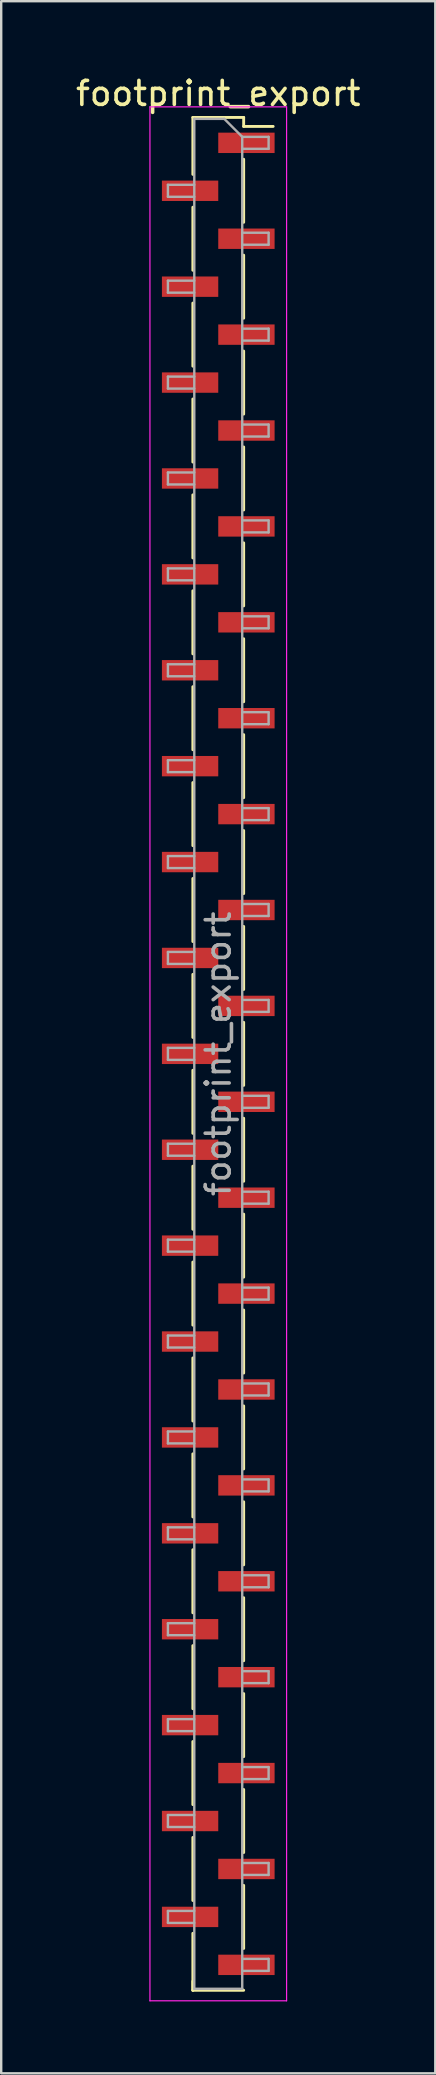
<source format=kicad_pcb>
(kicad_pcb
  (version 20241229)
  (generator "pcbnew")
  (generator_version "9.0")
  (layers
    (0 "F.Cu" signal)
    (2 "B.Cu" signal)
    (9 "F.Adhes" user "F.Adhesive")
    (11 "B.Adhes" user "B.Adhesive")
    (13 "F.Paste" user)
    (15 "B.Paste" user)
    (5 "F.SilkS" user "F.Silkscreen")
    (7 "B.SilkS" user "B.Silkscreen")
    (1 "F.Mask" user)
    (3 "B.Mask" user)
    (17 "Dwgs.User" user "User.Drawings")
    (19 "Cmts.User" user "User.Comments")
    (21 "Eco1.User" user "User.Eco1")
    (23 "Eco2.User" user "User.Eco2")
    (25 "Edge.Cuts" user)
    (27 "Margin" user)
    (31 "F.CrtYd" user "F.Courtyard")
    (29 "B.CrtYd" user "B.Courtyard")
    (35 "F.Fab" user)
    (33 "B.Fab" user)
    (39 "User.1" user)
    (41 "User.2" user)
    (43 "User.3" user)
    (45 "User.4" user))
  (footprint "footprint_export"
    (layer "F.Cu")
    (at 6.054 40.908)
    (property "Reference" "footprint_export" (at 0 -40.06 0) (layer "F.SilkS") (effects (font (size 1 1) (thickness 0.15))))
    (attr smd)
    (fp_line (start -1.06 -39.06) (end -1.06 -36.685) (stroke (width 0.12) (type solid)) (layer "F.SilkS"))
    (fp_line (start -1.06 -39.06) (end 1.06 -39.06) (stroke (width 0.12) (type solid)) (layer "F.SilkS"))
    (fp_line (start -1.06 -35.315) (end -1.06 -32.685) (stroke (width 0.12) (type solid)) (layer "F.SilkS"))
    (fp_line (start -1.06 -31.315) (end -1.06 -28.685) (stroke (width 0.12) (type solid)) (layer "F.SilkS"))
    (fp_line (start -1.06 -27.315) (end -1.06 -24.685) (stroke (width 0.12) (type solid)) (layer "F.SilkS"))
    (fp_line (start -1.06 -23.315) (end -1.06 -20.685) (stroke (width 0.12) (type solid)) (layer "F.SilkS"))
    (fp_line (start -1.06 -19.315) (end -1.06 -16.685) (stroke (width 0.12) (type solid)) (layer "F.SilkS"))
    (fp_line (start -1.06 -15.315) (end -1.06 -12.685) (stroke (width 0.12) (type solid)) (layer "F.SilkS"))
    (fp_line (start -1.06 -11.315) (end -1.06 -8.685) (stroke (width 0.12) (type solid)) (layer "F.SilkS"))
    (fp_line (start -1.06 -7.315) (end -1.06 -4.685) (stroke (width 0.12) (type solid)) (layer "F.SilkS"))
    (fp_line (start -1.06 -3.315) (end -1.06 -0.685) (stroke (width 0.12) (type solid)) (layer "F.SilkS"))
    (fp_line (start -1.06 0.685) (end -1.06 3.315) (stroke (width 0.12) (type solid)) (layer "F.SilkS"))
    (fp_line (start -1.06 4.685) (end -1.06 7.315) (stroke (width 0.12) (type solid)) (layer "F.SilkS"))
    (fp_line (start -1.06 8.685) (end -1.06 11.315) (stroke (width 0.12) (type solid)) (layer "F.SilkS"))
    (fp_line (start -1.06 12.685) (end -1.06 15.315) (stroke (width 0.12) (type solid)) (layer "F.SilkS"))
    (fp_line (start -1.06 16.685) (end -1.06 19.315) (stroke (width 0.12) (type solid)) (layer "F.SilkS"))
    (fp_line (start -1.06 20.685) (end -1.06 23.315) (stroke (width 0.12) (type solid)) (layer "F.SilkS"))
    (fp_line (start -1.06 24.685) (end -1.06 27.315) (stroke (width 0.12) (type solid)) (layer "F.SilkS"))
    (fp_line (start -1.06 28.685) (end -1.06 31.315) (stroke (width 0.12) (type solid)) (layer "F.SilkS"))
    (fp_line (start -1.06 32.685) (end -1.06 35.315) (stroke (width 0.12) (type solid)) (layer "F.SilkS"))
    (fp_line (start -1.06 36.685) (end -1.06 39.06) (stroke (width 0.12) (type solid)) (layer "F.SilkS"))
    (fp_line (start -1.06 38.685) (end -1.06 39.06) (stroke (width 0.12) (type solid)) (layer "F.SilkS"))
    (fp_line (start -1.06 39.06) (end 1.06 39.06) (stroke (width 0.12) (type solid)) (layer "F.SilkS"))
    (fp_line (start 1.06 -39.06) (end 1.06 -38.685) (stroke (width 0.12) (type solid)) (layer "F.SilkS"))
    (fp_line (start 1.06 -38.685) (end 2.29 -38.685) (stroke (width 0.12) (type solid)) (layer "F.SilkS"))
    (fp_line (start 1.06 -37.315) (end 1.06 -34.685) (stroke (width 0.12) (type solid)) (layer "F.SilkS"))
    (fp_line (start 1.06 -33.315) (end 1.06 -30.685) (stroke (width 0.12) (type solid)) (layer "F.SilkS"))
    (fp_line (start 1.06 -29.315) (end 1.06 -26.685) (stroke (width 0.12) (type solid)) (layer "F.SilkS"))
    (fp_line (start 1.06 -25.315) (end 1.06 -22.685) (stroke (width 0.12) (type solid)) (layer "F.SilkS"))
    (fp_line (start 1.06 -21.315) (end 1.06 -18.685) (stroke (width 0.12) (type solid)) (layer "F.SilkS"))
    (fp_line (start 1.06 -17.315) (end 1.06 -14.685) (stroke (width 0.12) (type solid)) (layer "F.SilkS"))
    (fp_line (start 1.06 -13.315) (end 1.06 -10.685) (stroke (width 0.12) (type solid)) (layer "F.SilkS"))
    (fp_line (start 1.06 -9.315) (end 1.06 -6.685) (stroke (width 0.12) (type solid)) (layer "F.SilkS"))
    (fp_line (start 1.06 -5.315) (end 1.06 -2.685) (stroke (width 0.12) (type solid)) (layer "F.SilkS"))
    (fp_line (start 1.06 -1.315) (end 1.06 1.315) (stroke (width 0.12) (type solid)) (layer "F.SilkS"))
    (fp_line (start 1.06 2.685) (end 1.06 5.315) (stroke (width 0.12) (type solid)) (layer "F.SilkS"))
    (fp_line (start 1.06 6.685) (end 1.06 9.315) (stroke (width 0.12) (type solid)) (layer "F.SilkS"))
    (fp_line (start 1.06 10.685) (end 1.06 13.315) (stroke (width 0.12) (type solid)) (layer "F.SilkS"))
    (fp_line (start 1.06 14.685) (end 1.06 17.315) (stroke (width 0.12) (type solid)) (layer "F.SilkS"))
    (fp_line (start 1.06 18.685) (end 1.06 21.315) (stroke (width 0.12) (type solid)) (layer "F.SilkS"))
    (fp_line (start 1.06 22.685) (end 1.06 25.315) (stroke (width 0.12) (type solid)) (layer "F.SilkS"))
    (fp_line (start 1.06 26.685) (end 1.06 29.315) (stroke (width 0.12) (type solid)) (layer "F.SilkS"))
    (fp_line (start 1.06 30.685) (end 1.06 33.315) (stroke (width 0.12) (type solid)) (layer "F.SilkS"))
    (fp_line (start 1.06 34.685) (end 1.06 37.315) (stroke (width 0.12) (type solid)) (layer "F.SilkS"))
    (fp_line (start -2.85 -39.5) (end -2.85 39.5) (stroke (width 0.05) (type solid)) (layer "F.CrtYd"))
    (fp_line (start -2.85 39.5) (end 2.85 39.5) (stroke (width 0.05) (type solid)) (layer "F.CrtYd"))
    (fp_line (start 2.85 -39.5) (end -2.85 -39.5) (stroke (width 0.05) (type solid)) (layer "F.CrtYd"))
    (fp_line (start 2.85 39.5) (end 2.85 -39.5) (stroke (width 0.05) (type solid)) (layer "F.CrtYd"))
    (fp_line (start -2.1 -36.25) (end -2.1 -35.75) (stroke (width 0.1) (type solid)) (layer "F.Fab"))
    (fp_line (start -2.1 -35.75) (end -1 -35.75) (stroke (width 0.1) (type solid)) (layer "F.Fab"))
    (fp_line (start -2.1 -32.25) (end -2.1 -31.75) (stroke (width 0.1) (type solid)) (layer "F.Fab"))
    (fp_line (start -2.1 -31.75) (end -1 -31.75) (stroke (width 0.1) (type solid)) (layer "F.Fab"))
    (fp_line (start -2.1 -28.25) (end -2.1 -27.75) (stroke (width 0.1) (type solid)) (layer "F.Fab"))
    (fp_line (start -2.1 -27.75) (end -1 -27.75) (stroke (width 0.1) (type solid)) (layer "F.Fab"))
    (fp_line (start -2.1 -24.25) (end -2.1 -23.75) (stroke (width 0.1) (type solid)) (layer "F.Fab"))
    (fp_line (start -2.1 -23.75) (end -1 -23.75) (stroke (width 0.1) (type solid)) (layer "F.Fab"))
    (fp_line (start -2.1 -20.25) (end -2.1 -19.75) (stroke (width 0.1) (type solid)) (layer "F.Fab"))
    (fp_line (start -2.1 -19.75) (end -1 -19.75) (stroke (width 0.1) (type solid)) (layer "F.Fab"))
    (fp_line (start -2.1 -16.25) (end -2.1 -15.75) (stroke (width 0.1) (type solid)) (layer "F.Fab"))
    (fp_line (start -2.1 -15.75) (end -1 -15.75) (stroke (width 0.1) (type solid)) (layer "F.Fab"))
    (fp_line (start -2.1 -12.25) (end -2.1 -11.75) (stroke (width 0.1) (type solid)) (layer "F.Fab"))
    (fp_line (start -2.1 -11.75) (end -1 -11.75) (stroke (width 0.1) (type solid)) (layer "F.Fab"))
    (fp_line (start -2.1 -8.25) (end -2.1 -7.75) (stroke (width 0.1) (type solid)) (layer "F.Fab"))
    (fp_line (start -2.1 -7.75) (end -1 -7.75) (stroke (width 0.1) (type solid)) (layer "F.Fab"))
    (fp_line (start -2.1 -4.25) (end -2.1 -3.75) (stroke (width 0.1) (type solid)) (layer "F.Fab"))
    (fp_line (start -2.1 -3.75) (end -1 -3.75) (stroke (width 0.1) (type solid)) (layer "F.Fab"))
    (fp_line (start -2.1 -0.25) (end -2.1 0.25) (stroke (width 0.1) (type solid)) (layer "F.Fab"))
    (fp_line (start -2.1 0.25) (end -1 0.25) (stroke (width 0.1) (type solid)) (layer "F.Fab"))
    (fp_line (start -2.1 3.75) (end -2.1 4.25) (stroke (width 0.1) (type solid)) (layer "F.Fab"))
    (fp_line (start -2.1 4.25) (end -1 4.25) (stroke (width 0.1) (type solid)) (layer "F.Fab"))
    (fp_line (start -2.1 7.75) (end -2.1 8.25) (stroke (width 0.1) (type solid)) (layer "F.Fab"))
    (fp_line (start -2.1 8.25) (end -1 8.25) (stroke (width 0.1) (type solid)) (layer "F.Fab"))
    (fp_line (start -2.1 11.75) (end -2.1 12.25) (stroke (width 0.1) (type solid)) (layer "F.Fab"))
    (fp_line (start -2.1 12.25) (end -1 12.25) (stroke (width 0.1) (type solid)) (layer "F.Fab"))
    (fp_line (start -2.1 15.75) (end -2.1 16.25) (stroke (width 0.1) (type solid)) (layer "F.Fab"))
    (fp_line (start -2.1 16.25) (end -1 16.25) (stroke (width 0.1) (type solid)) (layer "F.Fab"))
    (fp_line (start -2.1 19.75) (end -2.1 20.25) (stroke (width 0.1) (type solid)) (layer "F.Fab"))
    (fp_line (start -2.1 20.25) (end -1 20.25) (stroke (width 0.1) (type solid)) (layer "F.Fab"))
    (fp_line (start -2.1 23.75) (end -2.1 24.25) (stroke (width 0.1) (type solid)) (layer "F.Fab"))
    (fp_line (start -2.1 24.25) (end -1 24.25) (stroke (width 0.1) (type solid)) (layer "F.Fab"))
    (fp_line (start -2.1 27.75) (end -2.1 28.25) (stroke (width 0.1) (type solid)) (layer "F.Fab"))
    (fp_line (start -2.1 28.25) (end -1 28.25) (stroke (width 0.1) (type solid)) (layer "F.Fab"))
    (fp_line (start -2.1 31.75) (end -2.1 32.25) (stroke (width 0.1) (type solid)) (layer "F.Fab"))
    (fp_line (start -2.1 32.25) (end -1 32.25) (stroke (width 0.1) (type solid)) (layer "F.Fab"))
    (fp_line (start -2.1 35.75) (end -2.1 36.25) (stroke (width 0.1) (type solid)) (layer "F.Fab"))
    (fp_line (start -2.1 36.25) (end -1 36.25) (stroke (width 0.1) (type solid)) (layer "F.Fab"))
    (fp_line (start -1 -39) (end -1 39) (stroke (width 0.1) (type solid)) (layer "F.Fab"))
    (fp_line (start -1 -39) (end 0.25 -39) (stroke (width 0.1) (type solid)) (layer "F.Fab"))
    (fp_line (start -1 -36.25) (end -2.1 -36.25) (stroke (width 0.1) (type solid)) (layer "F.Fab"))
    (fp_line (start -1 -32.25) (end -2.1 -32.25) (stroke (width 0.1) (type solid)) (layer "F.Fab"))
    (fp_line (start -1 -28.25) (end -2.1 -28.25) (stroke (width 0.1) (type solid)) (layer "F.Fab"))
    (fp_line (start -1 -24.25) (end -2.1 -24.25) (stroke (width 0.1) (type solid)) (layer "F.Fab"))
    (fp_line (start -1 -20.25) (end -2.1 -20.25) (stroke (width 0.1) (type solid)) (layer "F.Fab"))
    (fp_line (start -1 -16.25) (end -2.1 -16.25) (stroke (width 0.1) (type solid)) (layer "F.Fab"))
    (fp_line (start -1 -12.25) (end -2.1 -12.25) (stroke (width 0.1) (type solid)) (layer "F.Fab"))
    (fp_line (start -1 -8.25) (end -2.1 -8.25) (stroke (width 0.1) (type solid)) (layer "F.Fab"))
    (fp_line (start -1 -4.25) (end -2.1 -4.25) (stroke (width 0.1) (type solid)) (layer "F.Fab"))
    (fp_line (start -1 -0.25) (end -2.1 -0.25) (stroke (width 0.1) (type solid)) (layer "F.Fab"))
    (fp_line (start -1 3.75) (end -2.1 3.75) (stroke (width 0.1) (type solid)) (layer "F.Fab"))
    (fp_line (start -1 7.75) (end -2.1 7.75) (stroke (width 0.1) (type solid)) (layer "F.Fab"))
    (fp_line (start -1 11.75) (end -2.1 11.75) (stroke (width 0.1) (type solid)) (layer "F.Fab"))
    (fp_line (start -1 15.75) (end -2.1 15.75) (stroke (width 0.1) (type solid)) (layer "F.Fab"))
    (fp_line (start -1 19.75) (end -2.1 19.75) (stroke (width 0.1) (type solid)) (layer "F.Fab"))
    (fp_line (start -1 23.75) (end -2.1 23.75) (stroke (width 0.1) (type solid)) (layer "F.Fab"))
    (fp_line (start -1 27.75) (end -2.1 27.75) (stroke (width 0.1) (type solid)) (layer "F.Fab"))
    (fp_line (start -1 31.75) (end -2.1 31.75) (stroke (width 0.1) (type solid)) (layer "F.Fab"))
    (fp_line (start -1 35.75) (end -2.1 35.75) (stroke (width 0.1) (type solid)) (layer "F.Fab"))
    (fp_line (start 1 -38.25) (end 0.25 -39) (stroke (width 0.1) (type solid)) (layer "F.Fab"))
    (fp_line (start 1 -38.25) (end 2.1 -38.25) (stroke (width 0.1) (type solid)) (layer "F.Fab"))
    (fp_line (start 1 -34.25) (end 2.1 -34.25) (stroke (width 0.1) (type solid)) (layer "F.Fab"))
    (fp_line (start 1 -30.25) (end 2.1 -30.25) (stroke (width 0.1) (type solid)) (layer "F.Fab"))
    (fp_line (start 1 -26.25) (end 2.1 -26.25) (stroke (width 0.1) (type solid)) (layer "F.Fab"))
    (fp_line (start 1 -22.25) (end 2.1 -22.25) (stroke (width 0.1) (type solid)) (layer "F.Fab"))
    (fp_line (start 1 -18.25) (end 2.1 -18.25) (stroke (width 0.1) (type solid)) (layer "F.Fab"))
    (fp_line (start 1 -14.25) (end 2.1 -14.25) (stroke (width 0.1) (type solid)) (layer "F.Fab"))
    (fp_line (start 1 -10.25) (end 2.1 -10.25) (stroke (width 0.1) (type solid)) (layer "F.Fab"))
    (fp_line (start 1 -6.25) (end 2.1 -6.25) (stroke (width 0.1) (type solid)) (layer "F.Fab"))
    (fp_line (start 1 -2.25) (end 2.1 -2.25) (stroke (width 0.1) (type solid)) (layer "F.Fab"))
    (fp_line (start 1 1.75) (end 2.1 1.75) (stroke (width 0.1) (type solid)) (layer "F.Fab"))
    (fp_line (start 1 5.75) (end 2.1 5.75) (stroke (width 0.1) (type solid)) (layer "F.Fab"))
    (fp_line (start 1 9.75) (end 2.1 9.75) (stroke (width 0.1) (type solid)) (layer "F.Fab"))
    (fp_line (start 1 13.75) (end 2.1 13.75) (stroke (width 0.1) (type solid)) (layer "F.Fab"))
    (fp_line (start 1 17.75) (end 2.1 17.75) (stroke (width 0.1) (type solid)) (layer "F.Fab"))
    (fp_line (start 1 21.75) (end 2.1 21.75) (stroke (width 0.1) (type solid)) (layer "F.Fab"))
    (fp_line (start 1 25.75) (end 2.1 25.75) (stroke (width 0.1) (type solid)) (layer "F.Fab"))
    (fp_line (start 1 29.75) (end 2.1 29.75) (stroke (width 0.1) (type solid)) (layer "F.Fab"))
    (fp_line (start 1 33.75) (end 2.1 33.75) (stroke (width 0.1) (type solid)) (layer "F.Fab"))
    (fp_line (start 1 37.75) (end 2.1 37.75) (stroke (width 0.1) (type solid)) (layer "F.Fab"))
    (fp_line (start 1 39) (end -1 39) (stroke (width 0.1) (type solid)) (layer "F.Fab"))
    (fp_line (start 1 39) (end 1 -38.25) (stroke (width 0.1) (type solid)) (layer "F.Fab"))
    (fp_line (start 2.1 -38.25) (end 2.1 -37.75) (stroke (width 0.1) (type solid)) (layer "F.Fab"))
    (fp_line (start 2.1 -37.75) (end 1 -37.75) (stroke (width 0.1) (type solid)) (layer "F.Fab"))
    (fp_line (start 2.1 -34.25) (end 2.1 -33.75) (stroke (width 0.1) (type solid)) (layer "F.Fab"))
    (fp_line (start 2.1 -33.75) (end 1 -33.75) (stroke (width 0.1) (type solid)) (layer "F.Fab"))
    (fp_line (start 2.1 -30.25) (end 2.1 -29.75) (stroke (width 0.1) (type solid)) (layer "F.Fab"))
    (fp_line (start 2.1 -29.75) (end 1 -29.75) (stroke (width 0.1) (type solid)) (layer "F.Fab"))
    (fp_line (start 2.1 -26.25) (end 2.1 -25.75) (stroke (width 0.1) (type solid)) (layer "F.Fab"))
    (fp_line (start 2.1 -25.75) (end 1 -25.75) (stroke (width 0.1) (type solid)) (layer "F.Fab"))
    (fp_line (start 2.1 -22.25) (end 2.1 -21.75) (stroke (width 0.1) (type solid)) (layer "F.Fab"))
    (fp_line (start 2.1 -21.75) (end 1 -21.75) (stroke (width 0.1) (type solid)) (layer "F.Fab"))
    (fp_line (start 2.1 -18.25) (end 2.1 -17.75) (stroke (width 0.1) (type solid)) (layer "F.Fab"))
    (fp_line (start 2.1 -17.75) (end 1 -17.75) (stroke (width 0.1) (type solid)) (layer "F.Fab"))
    (fp_line (start 2.1 -14.25) (end 2.1 -13.75) (stroke (width 0.1) (type solid)) (layer "F.Fab"))
    (fp_line (start 2.1 -13.75) (end 1 -13.75) (stroke (width 0.1) (type solid)) (layer "F.Fab"))
    (fp_line (start 2.1 -10.25) (end 2.1 -9.75) (stroke (width 0.1) (type solid)) (layer "F.Fab"))
    (fp_line (start 2.1 -9.75) (end 1 -9.75) (stroke (width 0.1) (type solid)) (layer "F.Fab"))
    (fp_line (start 2.1 -6.25) (end 2.1 -5.75) (stroke (width 0.1) (type solid)) (layer "F.Fab"))
    (fp_line (start 2.1 -5.75) (end 1 -5.75) (stroke (width 0.1) (type solid)) (layer "F.Fab"))
    (fp_line (start 2.1 -2.25) (end 2.1 -1.75) (stroke (width 0.1) (type solid)) (layer "F.Fab"))
    (fp_line (start 2.1 -1.75) (end 1 -1.75) (stroke (width 0.1) (type solid)) (layer "F.Fab"))
    (fp_line (start 2.1 1.75) (end 2.1 2.25) (stroke (width 0.1) (type solid)) (layer "F.Fab"))
    (fp_line (start 2.1 2.25) (end 1 2.25) (stroke (width 0.1) (type solid)) (layer "F.Fab"))
    (fp_line (start 2.1 5.75) (end 2.1 6.25) (stroke (width 0.1) (type solid)) (layer "F.Fab"))
    (fp_line (start 2.1 6.25) (end 1 6.25) (stroke (width 0.1) (type solid)) (layer "F.Fab"))
    (fp_line (start 2.1 9.75) (end 2.1 10.25) (stroke (width 0.1) (type solid)) (layer "F.Fab"))
    (fp_line (start 2.1 10.25) (end 1 10.25) (stroke (width 0.1) (type solid)) (layer "F.Fab"))
    (fp_line (start 2.1 13.75) (end 2.1 14.25) (stroke (width 0.1) (type solid)) (layer "F.Fab"))
    (fp_line (start 2.1 14.25) (end 1 14.25) (stroke (width 0.1) (type solid)) (layer "F.Fab"))
    (fp_line (start 2.1 17.75) (end 2.1 18.25) (stroke (width 0.1) (type solid)) (layer "F.Fab"))
    (fp_line (start 2.1 18.25) (end 1 18.25) (stroke (width 0.1) (type solid)) (layer "F.Fab"))
    (fp_line (start 2.1 21.75) (end 2.1 22.25) (stroke (width 0.1) (type solid)) (layer "F.Fab"))
    (fp_line (start 2.1 22.25) (end 1 22.25) (stroke (width 0.1) (type solid)) (layer "F.Fab"))
    (fp_line (start 2.1 25.75) (end 2.1 26.25) (stroke (width 0.1) (type solid)) (layer "F.Fab"))
    (fp_line (start 2.1 26.25) (end 1 26.25) (stroke (width 0.1) (type solid)) (layer "F.Fab"))
    (fp_line (start 2.1 29.75) (end 2.1 30.25) (stroke (width 0.1) (type solid)) (layer "F.Fab"))
    (fp_line (start 2.1 30.25) (end 1 30.25) (stroke (width 0.1) (type solid)) (layer "F.Fab"))
    (fp_line (start 2.1 33.75) (end 2.1 34.25) (stroke (width 0.1) (type solid)) (layer "F.Fab"))
    (fp_line (start 2.1 34.25) (end 1 34.25) (stroke (width 0.1) (type solid)) (layer "F.Fab"))
    (fp_line (start 2.1 37.75) (end 2.1 38.25) (stroke (width 0.1) (type solid)) (layer "F.Fab"))
    (fp_line (start 2.1 38.25) (end 1 38.25) (stroke (width 0.1) (type solid)) (layer "F.Fab"))
    (fp_text user "${REFERENCE}" (at 0 0 90) (layer "F.Fab") (effects (font (size 1 1) (thickness 0.15))))
    (pad "1" smd rect (at 1.175 -38) (size 2.35 0.85) (layers "F.Cu" "F.Mask" "F.Paste"))
    (pad "2" smd rect (at -1.175 -36) (size 2.35 0.85) (layers "F.Cu" "F.Mask" "F.Paste"))
    (pad "3" smd rect (at 1.175 -34) (size 2.35 0.85) (layers "F.Cu" "F.Mask" "F.Paste"))
    (pad "4" smd rect (at -1.175 -32) (size 2.35 0.85) (layers "F.Cu" "F.Mask" "F.Paste"))
    (pad "5" smd rect (at 1.175 -30) (size 2.35 0.85) (layers "F.Cu" "F.Mask" "F.Paste"))
    (pad "6" smd rect (at -1.175 -28) (size 2.35 0.85) (layers "F.Cu" "F.Mask" "F.Paste"))
    (pad "7" smd rect (at 1.175 -26) (size 2.35 0.85) (layers "F.Cu" "F.Mask" "F.Paste"))
    (pad "8" smd rect (at -1.175 -24) (size 2.35 0.85) (layers "F.Cu" "F.Mask" "F.Paste"))
    (pad "9" smd rect (at 1.175 -22) (size 2.35 0.85) (layers "F.Cu" "F.Mask" "F.Paste"))
    (pad "10" smd rect (at -1.175 -20) (size 2.35 0.85) (layers "F.Cu" "F.Mask" "F.Paste"))
    (pad "11" smd rect (at 1.175 -18) (size 2.35 0.85) (layers "F.Cu" "F.Mask" "F.Paste"))
    (pad "12" smd rect (at -1.175 -16) (size 2.35 0.85) (layers "F.Cu" "F.Mask" "F.Paste"))
    (pad "13" smd rect (at 1.175 -14) (size 2.35 0.85) (layers "F.Cu" "F.Mask" "F.Paste"))
    (pad "14" smd rect (at -1.175 -12) (size 2.35 0.85) (layers "F.Cu" "F.Mask" "F.Paste"))
    (pad "15" smd rect (at 1.175 -10) (size 2.35 0.85) (layers "F.Cu" "F.Mask" "F.Paste"))
    (pad "16" smd rect (at -1.175 -8) (size 2.35 0.85) (layers "F.Cu" "F.Mask" "F.Paste"))
    (pad "17" smd rect (at 1.175 -6) (size 2.35 0.85) (layers "F.Cu" "F.Mask" "F.Paste"))
    (pad "18" smd rect (at -1.175 -4) (size 2.35 0.85) (layers "F.Cu" "F.Mask" "F.Paste"))
    (pad "19" smd rect (at 1.175 -2) (size 2.35 0.85) (layers "F.Cu" "F.Mask" "F.Paste"))
    (pad "20" smd rect (at -1.175 0) (size 2.35 0.85) (layers "F.Cu" "F.Mask" "F.Paste"))
    (pad "21" smd rect (at 1.175 2) (size 2.35 0.85) (layers "F.Cu" "F.Mask" "F.Paste"))
    (pad "22" smd rect (at -1.175 4) (size 2.35 0.85) (layers "F.Cu" "F.Mask" "F.Paste"))
    (pad "23" smd rect (at 1.175 6) (size 2.35 0.85) (layers "F.Cu" "F.Mask" "F.Paste"))
    (pad "24" smd rect (at -1.175 8) (size 2.35 0.85) (layers "F.Cu" "F.Mask" "F.Paste"))
    (pad "25" smd rect (at 1.175 10) (size 2.35 0.85) (layers "F.Cu" "F.Mask" "F.Paste"))
    (pad "26" smd rect (at -1.175 12) (size 2.35 0.85) (layers "F.Cu" "F.Mask" "F.Paste"))
    (pad "27" smd rect (at 1.175 14) (size 2.35 0.85) (layers "F.Cu" "F.Mask" "F.Paste"))
    (pad "28" smd rect (at -1.175 16) (size 2.35 0.85) (layers "F.Cu" "F.Mask" "F.Paste"))
    (pad "29" smd rect (at 1.175 18) (size 2.35 0.85) (layers "F.Cu" "F.Mask" "F.Paste"))
    (pad "30" smd rect (at -1.175 20) (size 2.35 0.85) (layers "F.Cu" "F.Mask" "F.Paste"))
    (pad "31" smd rect (at 1.175 22) (size 2.35 0.85) (layers "F.Cu" "F.Mask" "F.Paste"))
    (pad "32" smd rect (at -1.175 24) (size 2.35 0.85) (layers "F.Cu" "F.Mask" "F.Paste"))
    (pad "33" smd rect (at 1.175 26) (size 2.35 0.85) (layers "F.Cu" "F.Mask" "F.Paste"))
    (pad "34" smd rect (at -1.175 28) (size 2.35 0.85) (layers "F.Cu" "F.Mask" "F.Paste"))
    (pad "35" smd rect (at 1.175 30) (size 2.35 0.85) (layers "F.Cu" "F.Mask" "F.Paste"))
    (pad "36" smd rect (at -1.175 32) (size 2.35 0.85) (layers "F.Cu" "F.Mask" "F.Paste"))
    (pad "37" smd rect (at 1.175 34) (size 2.35 0.85) (layers "F.Cu" "F.Mask" "F.Paste"))
    (pad "38" smd rect (at -1.175 36) (size 2.35 0.85) (layers "F.Cu" "F.Mask" "F.Paste"))
    (pad "39" smd rect (at 1.175 38) (size 2.35 0.85) (layers "F.Cu" "F.Mask" "F.Paste")))
  (gr_rect
    (start -3 -3)
    (end 15.107 83.433)
    (stroke (width 0.1) (type default))
    (fill no)
    (layer "Edge.Cuts")))
</source>
